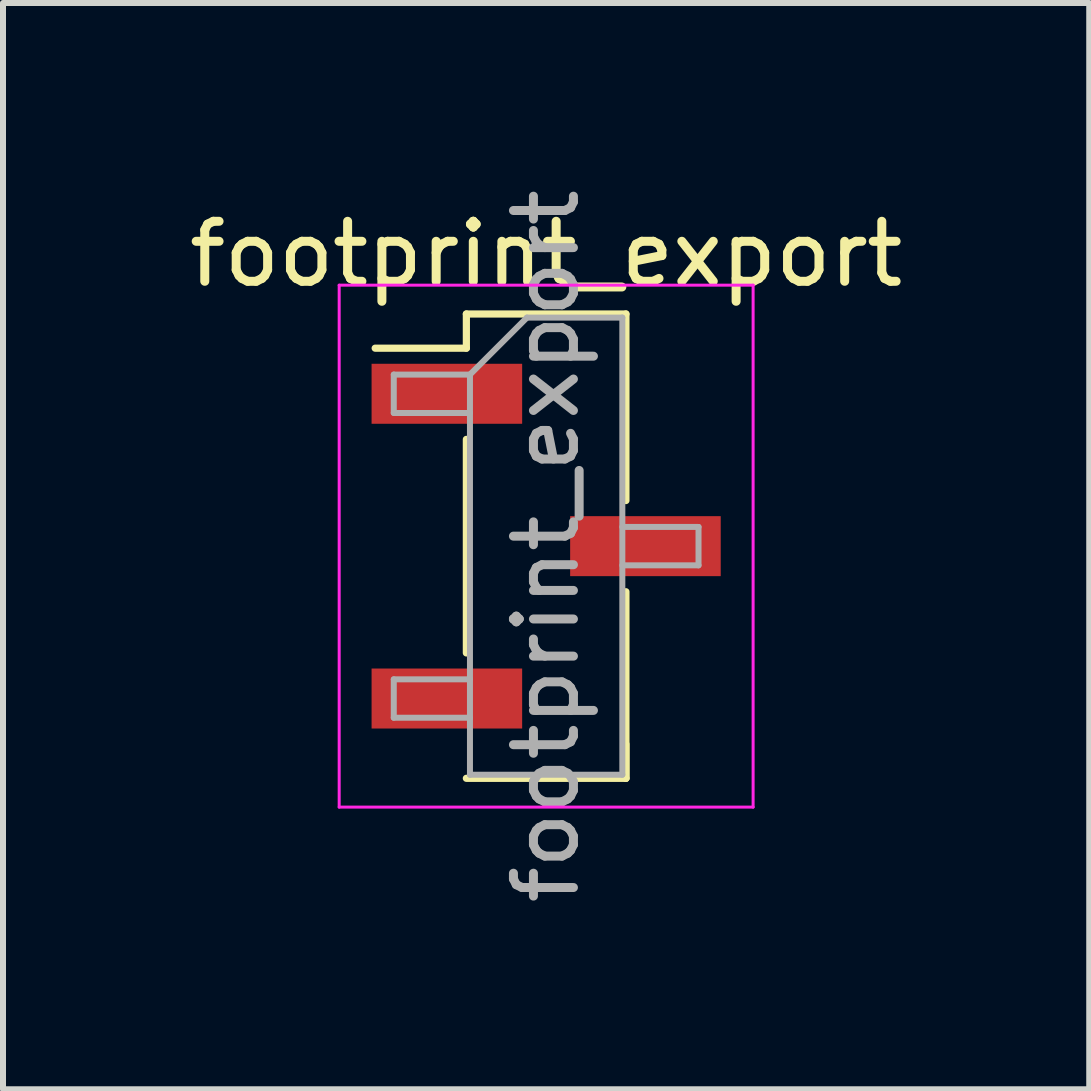
<source format=kicad_pcb>
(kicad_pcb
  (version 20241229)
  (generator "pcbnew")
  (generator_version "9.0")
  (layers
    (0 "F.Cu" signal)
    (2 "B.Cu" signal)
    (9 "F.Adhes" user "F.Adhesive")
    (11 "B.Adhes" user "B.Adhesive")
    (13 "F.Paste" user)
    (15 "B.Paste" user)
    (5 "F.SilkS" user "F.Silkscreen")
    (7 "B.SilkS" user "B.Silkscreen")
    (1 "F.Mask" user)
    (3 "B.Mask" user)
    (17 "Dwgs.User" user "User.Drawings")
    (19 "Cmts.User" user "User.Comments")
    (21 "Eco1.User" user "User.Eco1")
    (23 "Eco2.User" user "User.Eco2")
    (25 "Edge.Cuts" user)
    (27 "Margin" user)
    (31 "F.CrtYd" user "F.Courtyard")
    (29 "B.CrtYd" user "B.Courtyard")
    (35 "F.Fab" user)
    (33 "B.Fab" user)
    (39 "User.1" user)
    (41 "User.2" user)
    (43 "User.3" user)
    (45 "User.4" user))
  (footprint "footprint_export"
    (layer "F.Cu")
    (at 6.054 6.054)
    (property "Reference" "footprint_export" (at 0 -4.87 0) (layer "F.SilkS") (effects (font (size 1 1) (thickness 0.15))))
    (attr smd)
    (fp_line (start -1.33 -3.87) (end -1.33 -3.3) (stroke (width 0.12) (type solid)) (layer "F.SilkS"))
    (fp_line (start -1.33 -3.87) (end 1.33 -3.87) (stroke (width 0.12) (type solid)) (layer "F.SilkS"))
    (fp_line (start -1.33 -3.3) (end -2.85 -3.3) (stroke (width 0.12) (type solid)) (layer "F.SilkS"))
    (fp_line (start -1.33 -1.78) (end -1.33 1.78) (stroke (width 0.12) (type solid)) (layer "F.SilkS"))
    (fp_line (start -1.33 3.87) (end 1.33 3.87) (stroke (width 0.12) (type solid)) (layer "F.SilkS"))
    (fp_line (start 1.33 -3.87) (end 1.33 -0.76) (stroke (width 0.12) (type solid)) (layer "F.SilkS"))
    (fp_line (start 1.33 0.76) (end 1.33 3.87) (stroke (width 0.12) (type solid)) (layer "F.SilkS"))
    (fp_line (start 1.33 3.3) (end 1.33 3.87) (stroke (width 0.12) (type solid)) (layer "F.SilkS"))
    (fp_line (start -3.45 -4.35) (end -3.45 4.35) (stroke (width 0.05) (type solid)) (layer "F.CrtYd"))
    (fp_line (start -3.45 4.35) (end 3.45 4.35) (stroke (width 0.05) (type solid)) (layer "F.CrtYd"))
    (fp_line (start 3.45 -4.35) (end -3.45 -4.35) (stroke (width 0.05) (type solid)) (layer "F.CrtYd"))
    (fp_line (start 3.45 4.35) (end 3.45 -4.35) (stroke (width 0.05) (type solid)) (layer "F.CrtYd"))
    (fp_line (start -2.54 -2.86) (end -2.54 -2.22) (stroke (width 0.1) (type solid)) (layer "F.Fab"))
    (fp_line (start -2.54 -2.22) (end -1.27 -2.22) (stroke (width 0.1) (type solid)) (layer "F.Fab"))
    (fp_line (start -2.54 2.22) (end -2.54 2.86) (stroke (width 0.1) (type solid)) (layer "F.Fab"))
    (fp_line (start -2.54 2.86) (end -1.27 2.86) (stroke (width 0.1) (type solid)) (layer "F.Fab"))
    (fp_line (start -1.27 -2.86) (end -2.54 -2.86) (stroke (width 0.1) (type solid)) (layer "F.Fab"))
    (fp_line (start -1.27 -2.86) (end -0.32 -3.81) (stroke (width 0.1) (type solid)) (layer "F.Fab"))
    (fp_line (start -1.27 2.22) (end -2.54 2.22) (stroke (width 0.1) (type solid)) (layer "F.Fab"))
    (fp_line (start -1.27 3.81) (end -1.27 -2.86) (stroke (width 0.1) (type solid)) (layer "F.Fab"))
    (fp_line (start -0.32 -3.81) (end 1.27 -3.81) (stroke (width 0.1) (type solid)) (layer "F.Fab"))
    (fp_line (start 1.27 -3.81) (end 1.27 3.81) (stroke (width 0.1) (type solid)) (layer "F.Fab"))
    (fp_line (start 1.27 -0.32) (end 2.54 -0.32) (stroke (width 0.1) (type solid)) (layer "F.Fab"))
    (fp_line (start 1.27 3.81) (end -1.27 3.81) (stroke (width 0.1) (type solid)) (layer "F.Fab"))
    (fp_line (start 2.54 -0.32) (end 2.54 0.32) (stroke (width 0.1) (type solid)) (layer "F.Fab"))
    (fp_line (start 2.54 0.32) (end 1.27 0.32) (stroke (width 0.1) (type solid)) (layer "F.Fab"))
    (fp_text user "${REFERENCE}" (at 0 0 90) (layer "F.Fab") (effects (font (size 1 1) (thickness 0.15))))
    (pad "1" smd rect (at -1.655 -2.54) (size 2.51 1) (layers "F.Cu" "F.Mask" "F.Paste"))
    (pad "2" smd rect (at 1.655 0) (size 2.51 1) (layers "F.Cu" "F.Mask" "F.Paste"))
    (pad "3" smd rect (at -1.655 2.54) (size 2.51 1) (layers "F.Cu" "F.Mask" "F.Paste")))
  (gr_rect
    (start -3 -3)
    (end 15.107 15.107)
    (stroke (width 0.1) (type default))
    (fill no)
    (layer "Edge.Cuts")))
</source>
